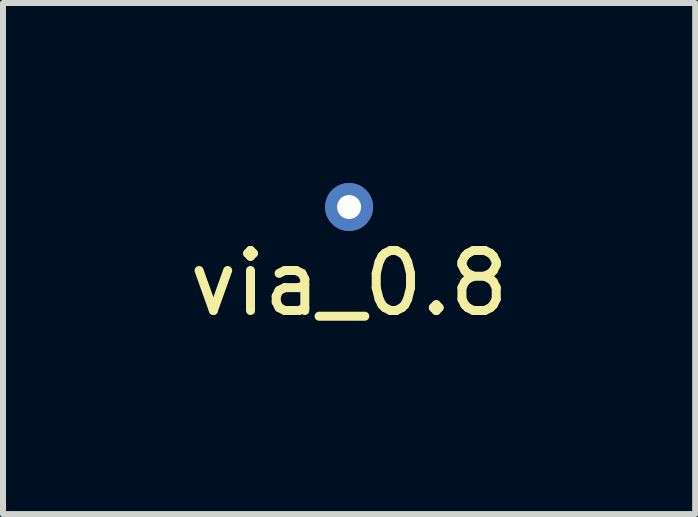
<source format=kicad_pcb>
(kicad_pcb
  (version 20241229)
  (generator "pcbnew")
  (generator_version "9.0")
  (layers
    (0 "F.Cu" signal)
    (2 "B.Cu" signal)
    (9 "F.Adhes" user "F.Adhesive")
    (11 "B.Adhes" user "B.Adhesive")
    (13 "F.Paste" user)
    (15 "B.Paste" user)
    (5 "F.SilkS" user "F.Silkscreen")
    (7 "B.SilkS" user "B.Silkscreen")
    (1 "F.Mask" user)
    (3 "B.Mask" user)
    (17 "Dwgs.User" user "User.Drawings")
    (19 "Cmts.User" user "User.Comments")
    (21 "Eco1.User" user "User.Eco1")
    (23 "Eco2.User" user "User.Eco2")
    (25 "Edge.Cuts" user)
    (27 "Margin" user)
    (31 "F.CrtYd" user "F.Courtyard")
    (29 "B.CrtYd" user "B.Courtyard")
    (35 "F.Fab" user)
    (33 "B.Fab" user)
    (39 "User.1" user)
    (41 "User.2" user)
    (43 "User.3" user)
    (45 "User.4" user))
  (footprint "via_0.8"
    (layer "F.Cu")
    (at 2.768 0.4)
    (property "Reference" "via_0.8" (at 0 1.27 0) (layer "F.SilkS") (effects (font (size 1 1) (thickness 0.15))))
    (attr through_hole)
    (pad "1" thru_hole circle (at 0 0) (size 0.8 0.8) (drill 0.4) (layers "*.Cu")))
  (gr_rect
    (start -3 -3)
    (end 8.536 5.518)
    (stroke (width 0.1) (type default))
    (fill no)
    (layer "Edge.Cuts")))
</source>
